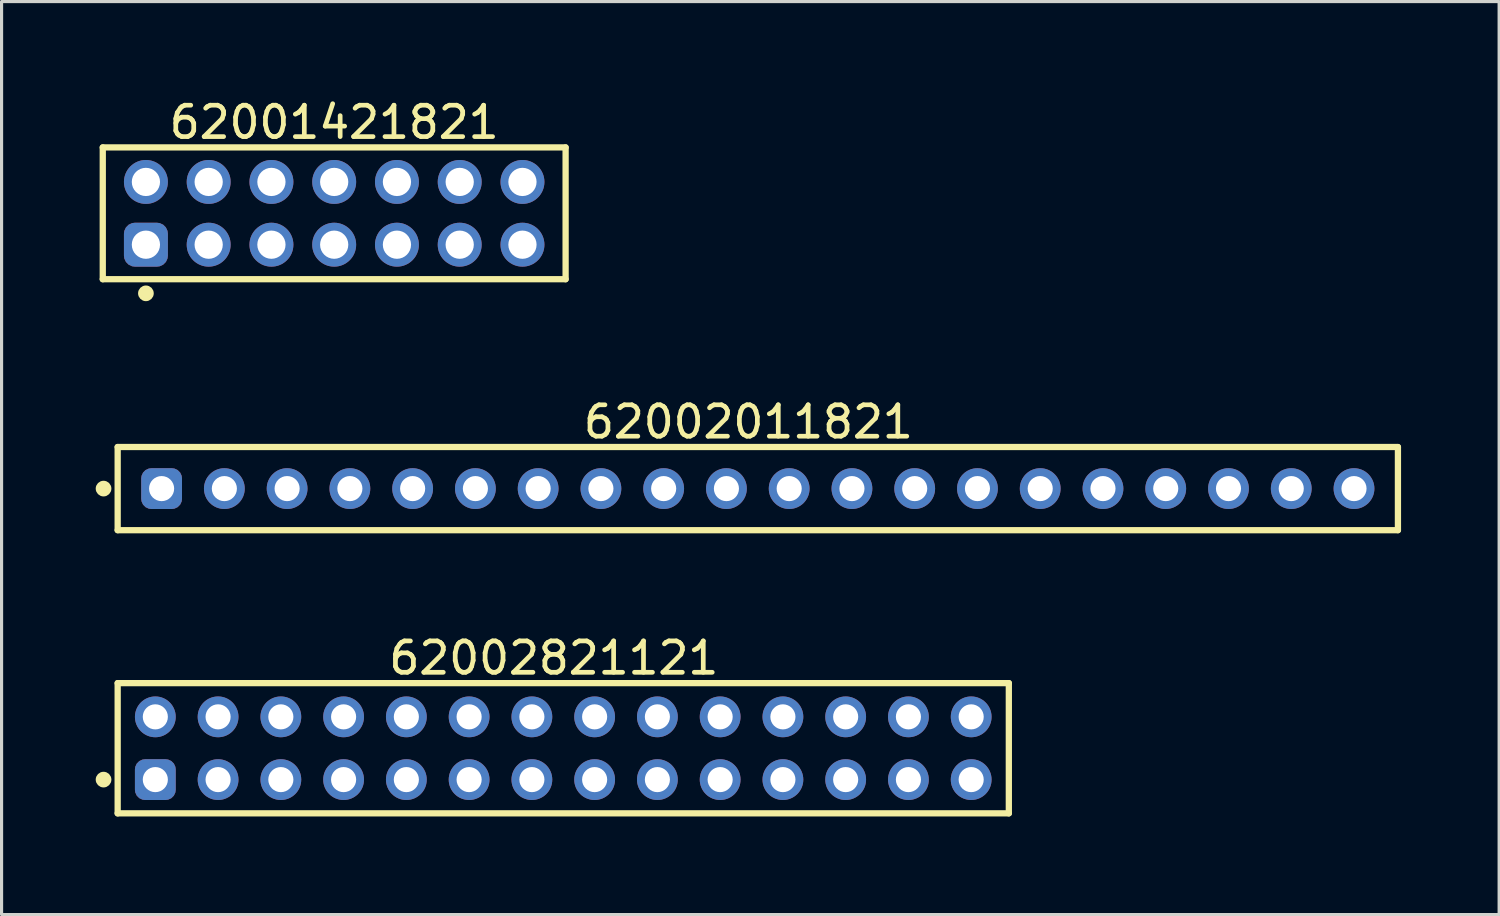
<source format=kicad_pcb>
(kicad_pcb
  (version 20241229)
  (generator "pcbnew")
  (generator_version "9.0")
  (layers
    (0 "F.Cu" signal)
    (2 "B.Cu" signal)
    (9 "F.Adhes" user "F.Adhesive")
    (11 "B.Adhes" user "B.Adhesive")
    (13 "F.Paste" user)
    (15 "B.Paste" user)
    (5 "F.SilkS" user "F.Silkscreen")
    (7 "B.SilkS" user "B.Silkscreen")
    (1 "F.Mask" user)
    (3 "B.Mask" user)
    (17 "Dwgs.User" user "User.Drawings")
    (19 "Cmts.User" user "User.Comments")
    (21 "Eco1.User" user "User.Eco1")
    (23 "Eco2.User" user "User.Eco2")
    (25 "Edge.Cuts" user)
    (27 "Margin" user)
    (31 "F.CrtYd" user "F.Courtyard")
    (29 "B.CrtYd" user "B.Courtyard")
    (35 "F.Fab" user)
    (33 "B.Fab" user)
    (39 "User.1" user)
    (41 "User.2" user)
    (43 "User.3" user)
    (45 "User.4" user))
  (footprint "62002011821"
    (layer "F.Cu")
    (at 21.1 12.521)
    (property "Reference" "62002011821" (at -0.3 -2.125 0) (layer "F.SilkS") (effects (font (size 1 1) (thickness 0.15))))
    (fp_line (start -20.4 -1.325) (end 20.4 -1.325) (stroke (width 0.2) (type solid)) (layer "F.SilkS"))
    (fp_line (start -20.4 1.325) (end -20.4 -1.325) (stroke (width 0.2) (type solid)) (layer "F.SilkS"))
    (fp_line (start -20.4 1.325) (end 20.4 1.325) (stroke (width 0.2) (type solid)) (layer "F.SilkS"))
    (fp_line (start 20.4 1.325) (end 20.4 -1.325) (stroke (width 0.2) (type solid)) (layer "F.SilkS"))
    (fp_circle (center -20.85 0) (end -20.85 -0.125) (stroke (width 0.25) (type solid)) (fill no) (layer "F.SilkS"))
    (fp_line (start -20.6 -1.525) (end 20.6 -1.525) (stroke (width 0.05) (type solid)) (layer "Eco2.User"))
    (fp_line (start -20.6 1.525) (end -20.6 -1.525) (stroke (width 0.05) (type solid)) (layer "Eco2.User"))
    (fp_line (start -20.6 1.525) (end 20.6 1.525) (stroke (width 0.05) (type solid)) (layer "Eco2.User"))
    (fp_line (start -20.25 -1.25) (end 20.25 -1.25) (stroke (width 0.1) (type solid)) (layer "Eco2.User"))
    (fp_line (start -20.25 1.25) (end -20.25 -1.25) (stroke (width 0.1) (type solid)) (layer "Eco2.User"))
    (fp_line (start -20.25 1.25) (end 20.25 1.25) (stroke (width 0.1) (type solid)) (layer "Eco2.User"))
    (fp_line (start -0.5 0) (end 0.5 0) (stroke (width 0.05) (type solid)) (layer "Eco2.User"))
    (fp_line (start 0 0.5) (end 0 -0.5) (stroke (width 0.05) (type solid)) (layer "Eco2.User"))
    (fp_line (start 20.25 1.25) (end 20.25 -1.25) (stroke (width 0.1) (type solid)) (layer "Eco2.User"))
    (fp_line (start 20.6 1.525) (end 20.6 -1.525) (stroke (width 0.05) (type solid)) (layer "Eco2.User"))
    (fp_text user "${REFERENCE}" (at 0.15 -0.197 0) (unlocked yes) (layer "User.3") (effects (font (size 1.5 1.5) (thickness 0.15))))
    (pad "1" thru_hole roundrect (at -19 0) (size 1.3 1.3) (drill 0.8) (layers "*.Cu" "*.Mask") (roundrect_rratio 0.25))
    (pad "2" thru_hole circle (at -17 0) (size 1.3 1.3) (drill 0.8) (layers "*.Cu" "*.Mask"))
    (pad "3" thru_hole circle (at -15 0) (size 1.3 1.3) (drill 0.8) (layers "*.Cu" "*.Mask"))
    (pad "4" thru_hole circle (at -13 0) (size 1.3 1.3) (drill 0.8) (layers "*.Cu" "*.Mask"))
    (pad "5" thru_hole circle (at -11 0) (size 1.3 1.3) (drill 0.8) (layers "*.Cu" "*.Mask"))
    (pad "6" thru_hole circle (at -9 0) (size 1.3 1.3) (drill 0.8) (layers "*.Cu" "*.Mask"))
    (pad "7" thru_hole circle (at -7 0) (size 1.3 1.3) (drill 0.8) (layers "*.Cu" "*.Mask"))
    (pad "8" thru_hole circle (at -5 0) (size 1.3 1.3) (drill 0.8) (layers "*.Cu" "*.Mask"))
    (pad "9" thru_hole circle (at -3 0) (size 1.3 1.3) (drill 0.8) (layers "*.Cu" "*.Mask"))
    (pad "10" thru_hole circle (at -1 0) (size 1.3 1.3) (drill 0.8) (layers "*.Cu" "*.Mask"))
    (pad "11" thru_hole circle (at 1 0) (size 1.3 1.3) (drill 0.8) (layers "*.Cu" "*.Mask"))
    (pad "12" thru_hole circle (at 3 0) (size 1.3 1.3) (drill 0.8) (layers "*.Cu" "*.Mask"))
    (pad "13" thru_hole circle (at 5 0) (size 1.3 1.3) (drill 0.8) (layers "*.Cu" "*.Mask"))
    (pad "14" thru_hole circle (at 7 0) (size 1.3 1.3) (drill 0.8) (layers "*.Cu" "*.Mask"))
    (pad "15" thru_hole circle (at 9 0) (size 1.3 1.3) (drill 0.8) (layers "*.Cu" "*.Mask"))
    (pad "16" thru_hole circle (at 11 0) (size 1.3 1.3) (drill 0.8) (layers "*.Cu" "*.Mask"))
    (pad "17" thru_hole circle (at 13 0) (size 1.3 1.3) (drill 0.8) (layers "*.Cu" "*.Mask"))
    (pad "18" thru_hole circle (at 15 0) (size 1.3 1.3) (drill 0.8) (layers "*.Cu" "*.Mask"))
    (pad "19" thru_hole circle (at 17 0) (size 1.3 1.3) (drill 0.8) (layers "*.Cu" "*.Mask"))
    (pad "20" thru_hole circle (at 19 0) (size 1.3 1.3) (drill 0.8) (layers "*.Cu" "*.Mask")))
  (footprint "62002821121"
    (layer "F.Cu")
    (at 14.9 20.795)
    (property "Reference" "62002821121" (at -0.3 -2.875 0) (layer "F.SilkS") (effects (font (size 1 1) (thickness 0.15))))
    (fp_line (start -14.2 -2.075) (end 14.2 -2.075) (stroke (width 0.2) (type solid)) (layer "F.SilkS"))
    (fp_line (start -14.2 2.075) (end -14.2 -2.075) (stroke (width 0.2) (type solid)) (layer "F.SilkS"))
    (fp_line (start -14.2 2.075) (end 14.2 2.075) (stroke (width 0.2) (type solid)) (layer "F.SilkS"))
    (fp_line (start 14.2 2.075) (end 14.2 -2.075) (stroke (width 0.2) (type solid)) (layer "F.SilkS"))
    (fp_circle (center -14.65 1) (end -14.65 0.875) (stroke (width 0.25) (type solid)) (fill no) (layer "F.SilkS"))
    (fp_line (start -14.4 -2.275) (end 14.4 -2.275) (stroke (width 0.05) (type solid)) (layer "Eco2.User"))
    (fp_line (start -14.4 2.275) (end -14.4 -2.275) (stroke (width 0.05) (type solid)) (layer "Eco2.User"))
    (fp_line (start -14.4 2.275) (end 14.4 2.275) (stroke (width 0.05) (type solid)) (layer "Eco2.User"))
    (fp_line (start -14 -2) (end 14 -2) (stroke (width 0.1) (type solid)) (layer "Eco2.User"))
    (fp_line (start -14 2) (end -14 -2) (stroke (width 0.1) (type solid)) (layer "Eco2.User"))
    (fp_line (start -14 2) (end 14 2) (stroke (width 0.1) (type solid)) (layer "Eco2.User"))
    (fp_line (start -0.5 0) (end 0.5 0) (stroke (width 0.05) (type solid)) (layer "Eco2.User"))
    (fp_line (start 0 0.5) (end 0 -0.5) (stroke (width 0.05) (type solid)) (layer "Eco2.User"))
    (fp_line (start 14 2) (end 14 -2) (stroke (width 0.1) (type solid)) (layer "Eco2.User"))
    (fp_line (start 14.4 2.275) (end 14.4 -2.275) (stroke (width 0.05) (type solid)) (layer "Eco2.User"))
    (fp_text user "${REFERENCE}" (at 0.15 -0.197 0) (unlocked yes) (layer "User.3") (effects (font (size 1.5 1.5) (thickness 0.15))))
    (pad "1" thru_hole roundrect (at -13 1) (size 1.3 1.3) (drill 0.8) (layers "*.Cu" "*.Mask") (roundrect_rratio 0.25))
    (pad "2" thru_hole circle (at -13 -1) (size 1.3 1.3) (drill 0.8) (layers "*.Cu" "*.Mask"))
    (pad "3" thru_hole circle (at -11 1) (size 1.3 1.3) (drill 0.8) (layers "*.Cu" "*.Mask"))
    (pad "4" thru_hole circle (at -11 -1) (size 1.3 1.3) (drill 0.8) (layers "*.Cu" "*.Mask"))
    (pad "5" thru_hole circle (at -9 1) (size 1.3 1.3) (drill 0.8) (layers "*.Cu" "*.Mask"))
    (pad "6" thru_hole circle (at -9 -1) (size 1.3 1.3) (drill 0.8) (layers "*.Cu" "*.Mask"))
    (pad "7" thru_hole circle (at -7 1) (size 1.3 1.3) (drill 0.8) (layers "*.Cu" "*.Mask"))
    (pad "8" thru_hole circle (at -7 -1) (size 1.3 1.3) (drill 0.8) (layers "*.Cu" "*.Mask"))
    (pad "9" thru_hole circle (at -5 1) (size 1.3 1.3) (drill 0.8) (layers "*.Cu" "*.Mask"))
    (pad "10" thru_hole circle (at -5 -1) (size 1.3 1.3) (drill 0.8) (layers "*.Cu" "*.Mask"))
    (pad "11" thru_hole circle (at -3 1) (size 1.3 1.3) (drill 0.8) (layers "*.Cu" "*.Mask"))
    (pad "12" thru_hole circle (at -3 -1) (size 1.3 1.3) (drill 0.8) (layers "*.Cu" "*.Mask"))
    (pad "13" thru_hole circle (at -1 1) (size 1.3 1.3) (drill 0.8) (layers "*.Cu" "*.Mask"))
    (pad "14" thru_hole circle (at -1 -1) (size 1.3 1.3) (drill 0.8) (layers "*.Cu" "*.Mask"))
    (pad "15" thru_hole circle (at 1 1) (size 1.3 1.3) (drill 0.8) (layers "*.Cu" "*.Mask"))
    (pad "16" thru_hole circle (at 1 -1) (size 1.3 1.3) (drill 0.8) (layers "*.Cu" "*.Mask"))
    (pad "17" thru_hole circle (at 3 1) (size 1.3 1.3) (drill 0.8) (layers "*.Cu" "*.Mask"))
    (pad "18" thru_hole circle (at 3 -1) (size 1.3 1.3) (drill 0.8) (layers "*.Cu" "*.Mask"))
    (pad "19" thru_hole circle (at 5 1) (size 1.3 1.3) (drill 0.8) (layers "*.Cu" "*.Mask"))
    (pad "20" thru_hole circle (at 5 -1) (size 1.3 1.3) (drill 0.8) (layers "*.Cu" "*.Mask"))
    (pad "21" thru_hole circle (at 7 1) (size 1.3 1.3) (drill 0.8) (layers "*.Cu" "*.Mask"))
    (pad "22" thru_hole circle (at 7 -1) (size 1.3 1.3) (drill 0.8) (layers "*.Cu" "*.Mask"))
    (pad "23" thru_hole circle (at 9 1) (size 1.3 1.3) (drill 0.8) (layers "*.Cu" "*.Mask"))
    (pad "24" thru_hole circle (at 9 -1) (size 1.3 1.3) (drill 0.8) (layers "*.Cu" "*.Mask"))
    (pad "25" thru_hole circle (at 11 1) (size 1.3 1.3) (drill 0.8) (layers "*.Cu" "*.Mask"))
    (pad "26" thru_hole circle (at 11 -1) (size 1.3 1.3) (drill 0.8) (layers "*.Cu" "*.Mask"))
    (pad "27" thru_hole circle (at 13 1) (size 1.3 1.3) (drill 0.8) (layers "*.Cu" "*.Mask"))
    (pad "28" thru_hole circle (at 13 -1) (size 1.3 1.3) (drill 0.8) (layers "*.Cu" "*.Mask")))
  (footprint "62001421821"
    (layer "F.Cu")
    (at 7.6 3.748)
    (property "Reference" "62001421821" (at 0 -2.9 0) (layer "F.SilkS") (effects (font (size 1 1) (thickness 0.15))))
    (fp_line (start -7.375 -2.1) (end 7.375 -2.1) (stroke (width 0.2) (type solid)) (layer "F.SilkS"))
    (fp_line (start -7.375 2.1) (end -7.375 -2.1) (stroke (width 0.2) (type solid)) (layer "F.SilkS"))
    (fp_line (start -7.375 2.1) (end 7.375 2.1) (stroke (width 0.2) (type solid)) (layer "F.SilkS"))
    (fp_line (start 7.375 2.1) (end 7.375 -2.1) (stroke (width 0.2) (type solid)) (layer "F.SilkS"))
    (fp_circle (center -6 2.55) (end -6 2.425) (stroke (width 0.25) (type solid)) (fill no) (layer "F.SilkS"))
    (fp_line (start -7.575 -2.3) (end 7.575 -2.3) (stroke (width 0.05) (type solid)) (layer "Eco2.User"))
    (fp_line (start -7.575 2.3) (end -7.575 -2.3) (stroke (width 0.05) (type solid)) (layer "Eco2.User"))
    (fp_line (start -7.575 2.3) (end 7.575 2.3) (stroke (width 0.05) (type solid)) (layer "Eco2.User"))
    (fp_line (start -7.2 -2) (end 7.2 -2) (stroke (width 0.1) (type solid)) (layer "Eco2.User"))
    (fp_line (start -7.2 2) (end -7.2 -2) (stroke (width 0.1) (type solid)) (layer "Eco2.User"))
    (fp_line (start -7.2 2) (end 7.2 2) (stroke (width 0.1) (type solid)) (layer "Eco2.User"))
    (fp_line (start -0.5 0) (end 0.5 0) (stroke (width 0.05) (type solid)) (layer "Eco2.User"))
    (fp_line (start 0 0.5) (end 0 -0.5) (stroke (width 0.05) (type solid)) (layer "Eco2.User"))
    (fp_line (start 7.2 2) (end 7.2 -2) (stroke (width 0.1) (type solid)) (layer "Eco2.User"))
    (fp_line (start 7.575 2.3) (end 7.575 -2.3) (stroke (width 0.05) (type solid)) (layer "Eco2.User"))
    (fp_text user "${REFERENCE}" (at 0.1 -0.131 0) (unlocked yes) (layer "User.3") (effects (font (size 1 1) (thickness 0.1))))
    (pad "1" thru_hole roundrect (at -6 1) (size 1.4 1.4) (drill 0.9) (layers "*.Cu" "*.Mask") (roundrect_rratio 0.25))
    (pad "2" thru_hole circle (at -6 -1) (size 1.4 1.4) (drill 0.9) (layers "*.Cu" "*.Mask"))
    (pad "3" thru_hole circle (at -4 1) (size 1.4 1.4) (drill 0.9) (layers "*.Cu" "*.Mask"))
    (pad "4" thru_hole circle (at -4 -1) (size 1.4 1.4) (drill 0.9) (layers "*.Cu" "*.Mask"))
    (pad "5" thru_hole circle (at -2 1) (size 1.4 1.4) (drill 0.9) (layers "*.Cu" "*.Mask"))
    (pad "6" thru_hole circle (at -2 -1) (size 1.4 1.4) (drill 0.9) (layers "*.Cu" "*.Mask"))
    (pad "7" thru_hole circle (at 0 1) (size 1.4 1.4) (drill 0.9) (layers "*.Cu" "*.Mask"))
    (pad "8" thru_hole circle (at 0 -1) (size 1.4 1.4) (drill 0.9) (layers "*.Cu" "*.Mask"))
    (pad "9" thru_hole circle (at 2 1) (size 1.4 1.4) (drill 0.9) (layers "*.Cu" "*.Mask"))
    (pad "10" thru_hole circle (at 2 -1) (size 1.4 1.4) (drill 0.9) (layers "*.Cu" "*.Mask"))
    (pad "11" thru_hole circle (at 4 1) (size 1.4 1.4) (drill 0.9) (layers "*.Cu" "*.Mask"))
    (pad "12" thru_hole circle (at 4 -1) (size 1.4 1.4) (drill 0.9) (layers "*.Cu" "*.Mask"))
    (pad "13" thru_hole circle (at 6 1) (size 1.4 1.4) (drill 0.9) (layers "*.Cu" "*.Mask"))
    (pad "14" thru_hole circle (at 6 -1) (size 1.4 1.4) (drill 0.9) (layers "*.Cu" "*.Mask")))
  (gr_rect
    (start -3 -3)
    (end 44.725 26.095)
    (stroke (width 0.1) (type default))
    (fill no)
    (layer "Edge.Cuts")))
</source>
